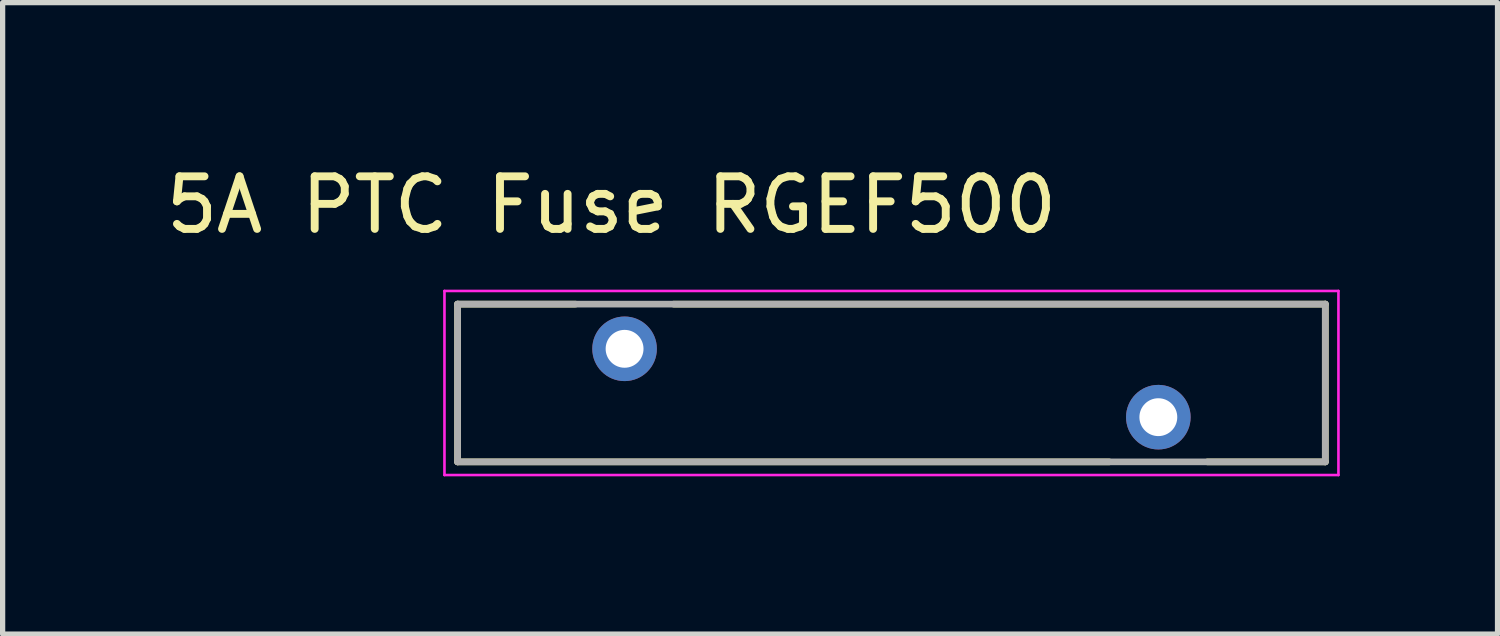
<source format=kicad_pcb>
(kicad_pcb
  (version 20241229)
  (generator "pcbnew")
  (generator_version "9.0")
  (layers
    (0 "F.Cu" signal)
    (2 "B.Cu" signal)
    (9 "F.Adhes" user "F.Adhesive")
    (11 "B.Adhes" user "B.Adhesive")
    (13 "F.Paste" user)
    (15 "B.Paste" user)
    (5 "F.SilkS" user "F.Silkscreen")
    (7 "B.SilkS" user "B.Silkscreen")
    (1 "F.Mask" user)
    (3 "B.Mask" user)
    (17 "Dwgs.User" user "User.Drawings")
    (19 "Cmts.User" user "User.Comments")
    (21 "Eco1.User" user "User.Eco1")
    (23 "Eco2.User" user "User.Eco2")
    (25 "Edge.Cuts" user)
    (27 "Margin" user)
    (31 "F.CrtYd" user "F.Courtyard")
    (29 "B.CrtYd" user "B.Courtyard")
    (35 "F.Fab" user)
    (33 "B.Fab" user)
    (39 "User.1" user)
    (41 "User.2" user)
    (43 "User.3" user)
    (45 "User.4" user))
  (footprint "5A PTC Fuse RGEF500"
    (layer "F.Cu")
    (at 13.902 4.233)
    (property "Reference" "5A PTC Fuse RGEF500" (at -5.325 -3.385 0) (layer "F.SilkS") (effects (font (size 1 1) (thickness 0.15))))
    (attr through_hole)
    (fp_line (start -8.25 -1.5) (end -8.25 1.5) (stroke (width 0.127) (type solid)) (layer "F.SilkS"))
    (fp_line (start -8.25 1.5) (end 4.141 1.5) (stroke (width 0.127) (type solid)) (layer "F.SilkS"))
    (fp_line (start -6.009 -1.5) (end -8.25 -1.5) (stroke (width 0.127) (type solid)) (layer "F.SilkS"))
    (fp_line (start 6.009 1.5) (end 8.25 1.5) (stroke (width 0.127) (type solid)) (layer "F.SilkS"))
    (fp_line (start 8.25 -1.5) (end -4.141 -1.5) (stroke (width 0.127) (type solid)) (layer "F.SilkS"))
    (fp_line (start 8.25 1.5) (end 8.25 -1.5) (stroke (width 0.127) (type solid)) (layer "F.SilkS"))
    (fp_line (start -8.5 -1.75) (end -8.5 1.75) (stroke (width 0.05) (type solid)) (layer "F.CrtYd"))
    (fp_line (start -8.5 1.75) (end 8.5 1.75) (stroke (width 0.05) (type solid)) (layer "F.CrtYd"))
    (fp_line (start 8.5 -1.75) (end -8.5 -1.75) (stroke (width 0.05) (type solid)) (layer "F.CrtYd"))
    (fp_line (start 8.5 1.75) (end 8.5 -1.75) (stroke (width 0.05) (type solid)) (layer "F.CrtYd"))
    (fp_line (start -8.25 -1.5) (end -8.25 1.5) (stroke (width 0.127) (type solid)) (layer "F.Fab"))
    (fp_line (start -8.25 1.5) (end 8.25 1.5) (stroke (width 0.127) (type solid)) (layer "F.Fab"))
    (fp_line (start 8.25 -1.5) (end -8.25 -1.5) (stroke (width 0.127) (type solid)) (layer "F.Fab"))
    (fp_line (start 8.25 1.5) (end 8.25 -1.5) (stroke (width 0.127) (type solid)) (layer "F.Fab"))
    (pad "1" thru_hole circle (at -5.075 -0.65) (size 1.228 1.228) (drill 0.72) (layers "*.Cu" "*.Mask"))
    (pad "2" thru_hole circle (at 5.075 0.65) (size 1.228 1.228) (drill 0.72) (layers "*.Cu" "*.Mask")))
  (gr_rect
    (start -3 -3)
    (end 25.427 9.008)
    (stroke (width 0.1) (type default))
    (fill no)
    (layer "Edge.Cuts")))
</source>
